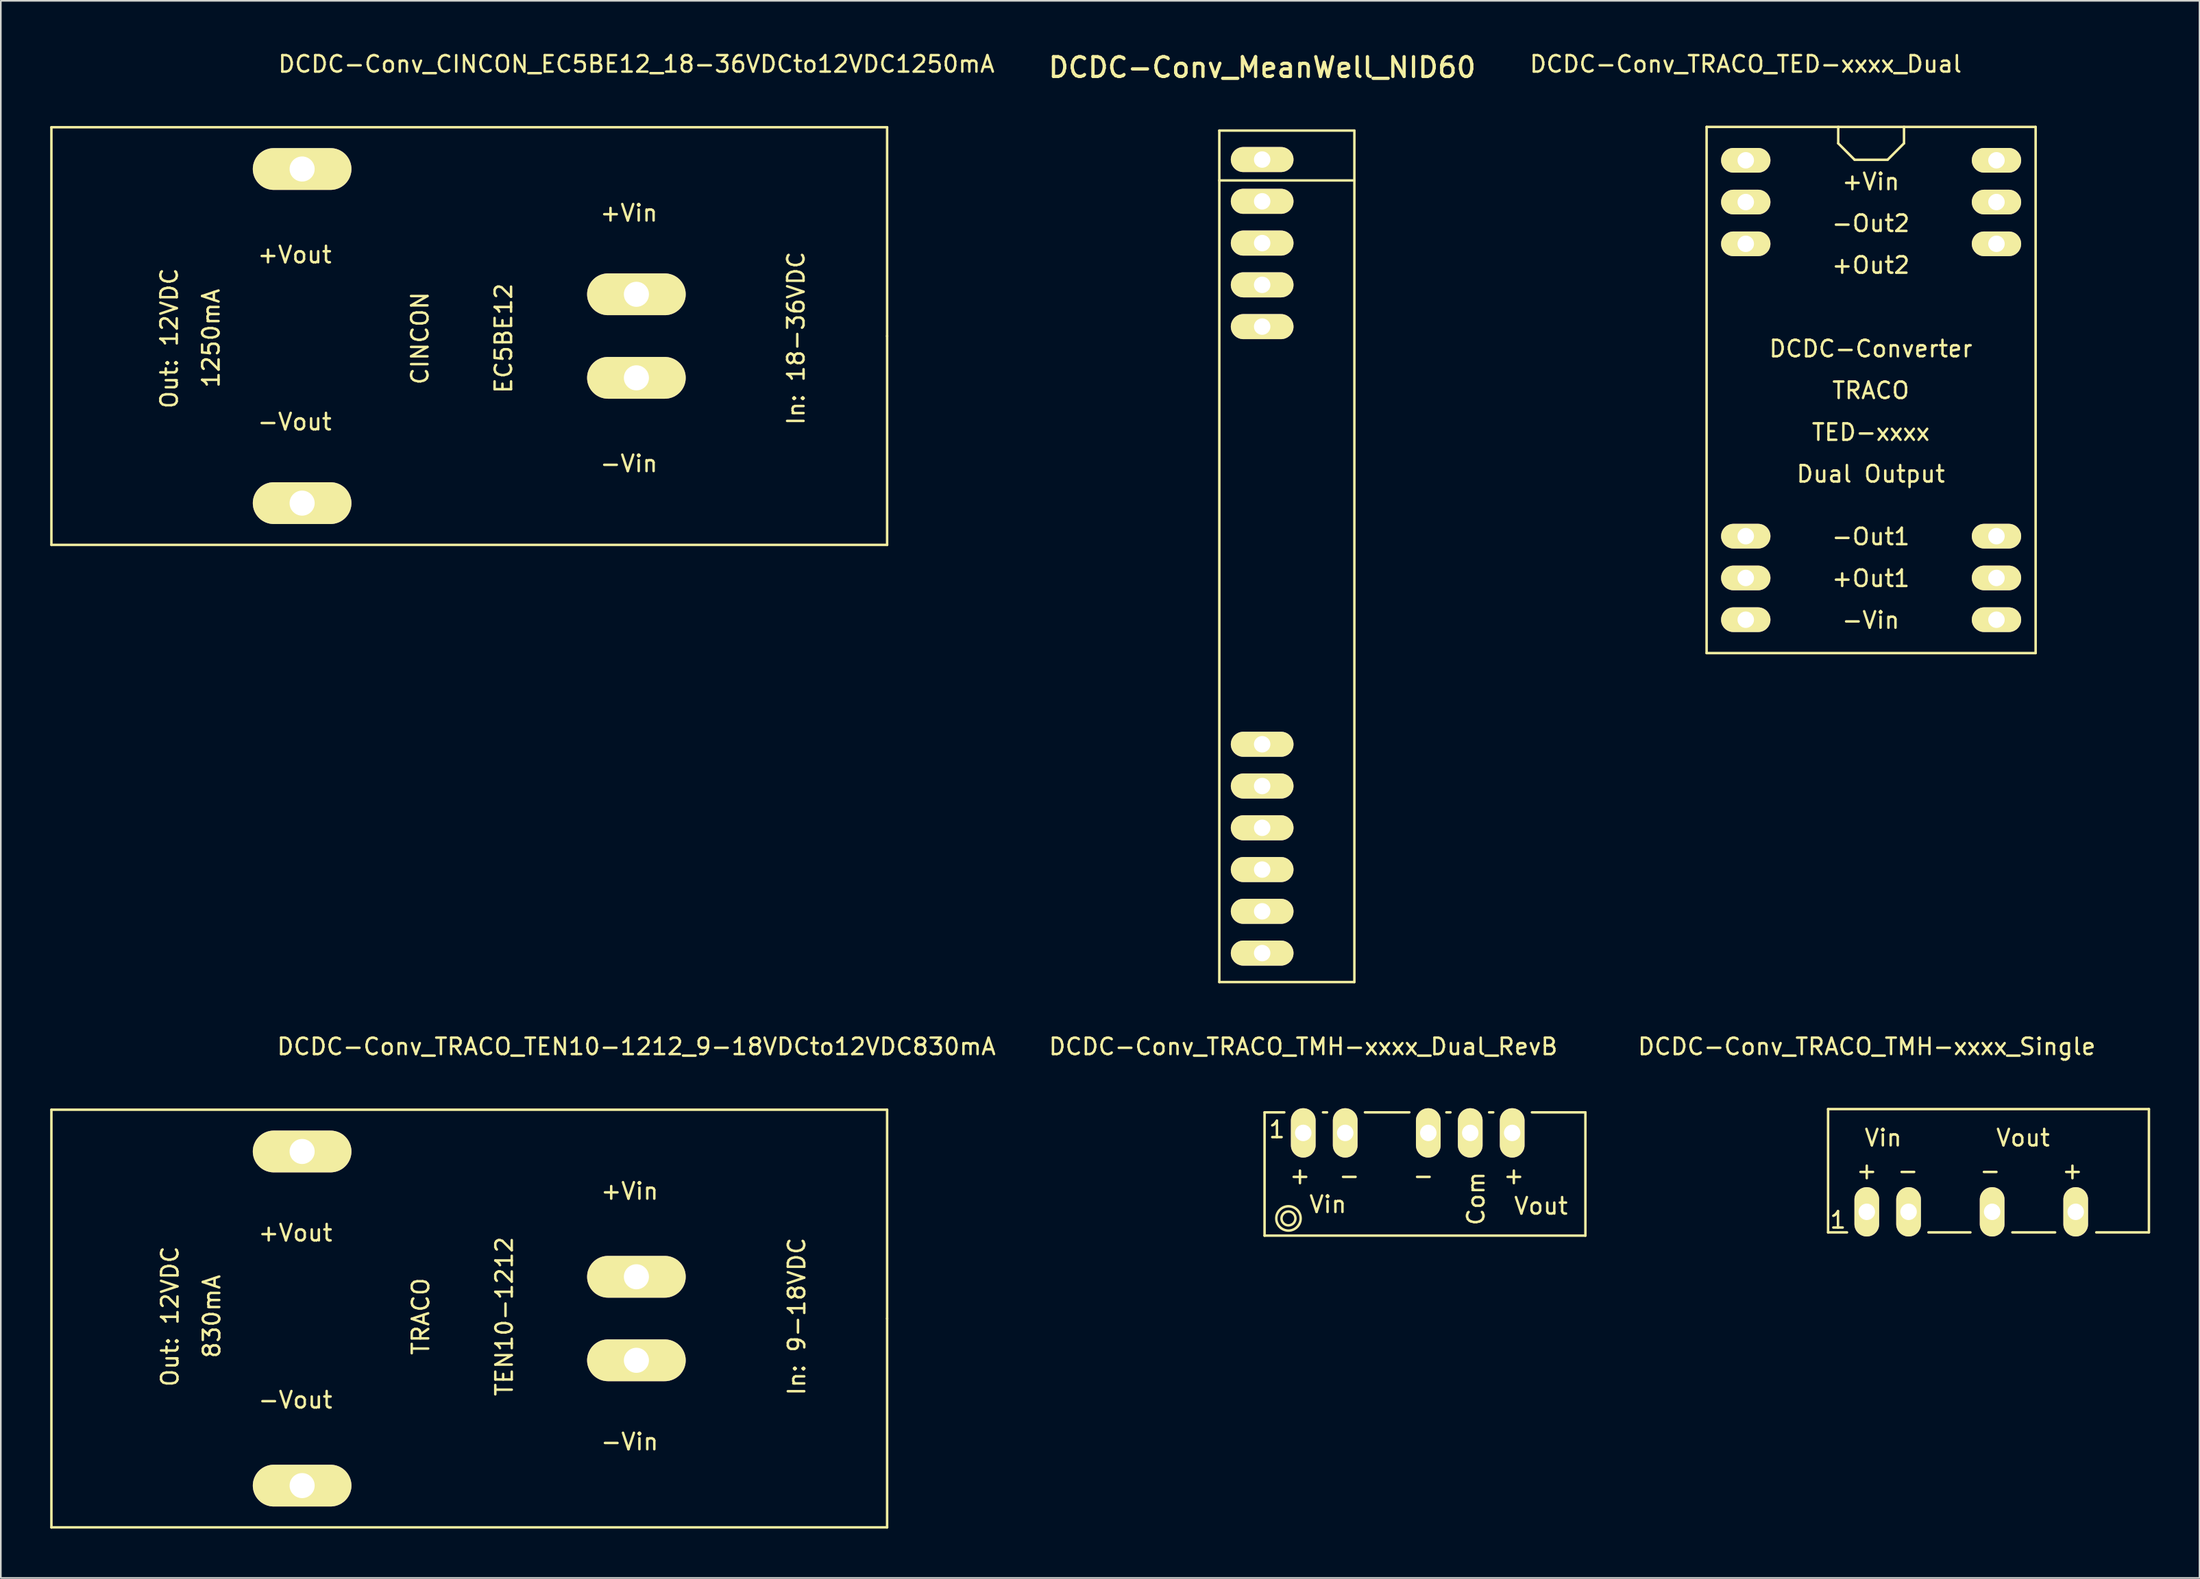
<source format=kicad_pcb>
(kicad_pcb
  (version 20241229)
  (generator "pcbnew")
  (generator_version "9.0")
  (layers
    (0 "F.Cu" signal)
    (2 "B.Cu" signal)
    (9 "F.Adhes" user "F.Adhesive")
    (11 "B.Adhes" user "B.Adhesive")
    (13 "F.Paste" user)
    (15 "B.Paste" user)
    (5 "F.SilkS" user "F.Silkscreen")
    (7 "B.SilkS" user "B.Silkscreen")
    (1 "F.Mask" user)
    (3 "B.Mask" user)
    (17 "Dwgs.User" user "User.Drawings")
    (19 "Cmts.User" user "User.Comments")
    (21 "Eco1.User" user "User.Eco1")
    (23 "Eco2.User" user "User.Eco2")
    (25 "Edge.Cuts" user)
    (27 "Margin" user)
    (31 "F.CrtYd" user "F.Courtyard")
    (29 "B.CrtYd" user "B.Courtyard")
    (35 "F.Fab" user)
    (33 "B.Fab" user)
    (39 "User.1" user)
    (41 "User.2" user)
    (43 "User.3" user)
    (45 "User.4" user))
  (footprint "DCDC-Conv_TRACO_TED-xxxx_Dual"
    (layer "F.Cu")
    (at 103.069 6.698)
    (property "Reference" "DCDC-Conv_TRACO_TED-xxxx_Dual" (at 0 -5.85 0) (layer "F.SilkS") (effects (font (size 1 1) (thickness 0.15))))
    (attr through_hole)
    (fp_line (start -2.38 -2.029) (end -2.38 29.97) (stroke (width 0.15) (type solid)) (layer "F.SilkS"))
    (fp_line (start -2.38 29.97) (end 17.62 29.97) (stroke (width 0.15) (type solid)) (layer "F.SilkS"))
    (fp_line (start 5.621 -2.029) (end 5.621 -1.031) (stroke (width 0.15) (type solid)) (layer "F.SilkS"))
    (fp_line (start 5.621 -1.031) (end 6.619 -0.03) (stroke (width 0.15) (type solid)) (layer "F.SilkS"))
    (fp_line (start 6.619 -0.03) (end 8.621 -0.03) (stroke (width 0.15) (type solid)) (layer "F.SilkS"))
    (fp_line (start 8.621 -0.03) (end 9.619 -1.031) (stroke (width 0.15) (type solid)) (layer "F.SilkS"))
    (fp_line (start 9.619 -1.031) (end 9.619 -2.029) (stroke (width 0.15) (type solid)) (layer "F.SilkS"))
    (fp_line (start 17.62 -2.029) (end -2.38 -2.029) (stroke (width 0.15) (type solid)) (layer "F.SilkS"))
    (fp_line (start 17.62 29.97) (end 17.62 -2.029) (stroke (width 0.15) (type solid)) (layer "F.SilkS"))
    (fp_text user "+Out2" (at 7.6 6.38 0) (layer "F.SilkS") (effects (font (size 1 1) (thickness 0.15))))
    (fp_text user "-Out2" (at 7.6 3.84 0) (layer "F.SilkS") (effects (font (size 1 1) (thickness 0.15))))
    (fp_text user "+Vin" (at 7.6 1.3 0) (layer "F.SilkS") (effects (font (size 1 1) (thickness 0.15))))
    (fp_text user "Dual Output" (at 7.6 19.08 0) (layer "F.SilkS") (effects (font (size 1 1) (thickness 0.15))))
    (fp_text user "-Vin" (at 7.6 27.97 0) (layer "F.SilkS") (effects (font (size 1 1) (thickness 0.15))))
    (fp_text user "-Out1" (at 7.6 22.89 0) (layer "F.SilkS") (effects (font (size 1 1) (thickness 0.15))))
    (fp_text user "TED-xxxx" (at 7.6 16.54 0) (layer "F.SilkS") (effects (font (size 1 1) (thickness 0.15))))
    (fp_text user "+Out1" (at 7.6 25.43 0) (layer "F.SilkS") (effects (font (size 1 1) (thickness 0.15))))
    (fp_text user "TRACO" (at 7.6 14 0) (layer "F.SilkS") (effects (font (size 1 1) (thickness 0.15))))
    (fp_text user "DCDC-Converter" (at 7.6 11.46 0) (layer "F.SilkS") (effects (font (size 1 1) (thickness 0.15))))
    (pad "1" thru_hole oval (at 0 0) (size 3 1.501) (drill 1.001) (layers "*.Cu" "*.Mask" "F.SilkS"))
    (pad "2" thru_hole oval (at 0 2.54) (size 3 1.501) (drill 1.001) (layers "*.Cu" "*.Mask" "F.SilkS"))
    (pad "3" thru_hole oval (at 0 5.08) (size 3 1.501) (drill 1.001) (layers "*.Cu" "*.Mask" "F.SilkS"))
    (pad "10" thru_hole oval (at 0 22.86) (size 3 1.501) (drill 1.001) (layers "*.Cu" "*.Mask" "F.SilkS"))
    (pad "11" thru_hole oval (at 0 25.4) (size 3 1.501) (drill 1.001) (layers "*.Cu" "*.Mask" "F.SilkS"))
    (pad "12" thru_hole oval (at 0 27.94) (size 3 1.501) (drill 1.001) (layers "*.Cu" "*.Mask" "F.SilkS"))
    (pad "13" thru_hole oval (at 15.24 27.94) (size 3 1.501) (drill 1.001) (layers "*.Cu" "*.Mask" "F.SilkS"))
    (pad "14" thru_hole oval (at 15.24 25.4) (size 3 1.501) (drill 1.001) (layers "*.Cu" "*.Mask" "F.SilkS"))
    (pad "15" thru_hole oval (at 15.24 22.86) (size 3 1.501) (drill 1.001) (layers "*.Cu" "*.Mask" "F.SilkS"))
    (pad "22" thru_hole oval (at 15.24 5.08) (size 3 1.501) (drill 1.001) (layers "*.Cu" "*.Mask" "F.SilkS"))
    (pad "23" thru_hole oval (at 15.24 2.54) (size 3 1.501) (drill 1.001) (layers "*.Cu" "*.Mask" "F.SilkS"))
    (pad "24" thru_hole oval (at 15.24 0) (size 3 1.501) (drill 1.001) (layers "*.Cu" "*.Mask" "F.SilkS")))
  (footprint "DCDC-Conv_MeanWell_NID60"
    (layer "F.Cu")
    (at 73.673 6.653)
    (property "Reference" "DCDC-Conv_MeanWell_NID60" (at 0 -5.6 0) (layer "F.SilkS") (effects (font (size 1.2 1.2) (thickness 0.2))))
    (attr through_hole)
    (fp_line (start -2.605 -1.762) (end 5.6 -1.762) (stroke (width 0.15) (type solid)) (layer "F.SilkS"))
    (fp_line (start -2.605 1.27) (end 5.6 1.27) (stroke (width 0.15) (type solid)) (layer "F.SilkS"))
    (fp_line (start -2.605 50.022) (end -2.605 -1.762) (stroke (width 0.15) (type solid)) (layer "F.SilkS"))
    (fp_line (start 5.6 50.022) (end -2.605 50.022) (stroke (width 0.15) (type solid)) (layer "F.SilkS"))
    (fp_line (start 5.605 -1.762) (end 5.605 50.022) (stroke (width 0.15) (type solid)) (layer "F.SilkS"))
    (pad "1" thru_hole oval (at 0 0) (size 3.81 1.524) (drill 1) (layers "*.Cu" "*.Mask" "F.SilkS"))
    (pad "2" thru_hole oval (at 0 2.54) (size 3.81 1.524) (drill 1) (layers "*.Cu" "*.Mask" "F.SilkS"))
    (pad "3" thru_hole oval (at 0 5.08) (size 3.81 1.524) (drill 1) (layers "*.Cu" "*.Mask" "F.SilkS"))
    (pad "4" thru_hole oval (at 0 7.62) (size 3.81 1.524) (drill 1) (layers "*.Cu" "*.Mask" "F.SilkS"))
    (pad "5" thru_hole oval (at 0 10.16) (size 3.81 1.524) (drill 1) (layers "*.Cu" "*.Mask" "F.SilkS"))
    (pad "6" thru_hole oval (at 0 35.56) (size 3.81 1.524) (drill 1) (layers "*.Cu" "*.Mask" "F.SilkS"))
    (pad "7" thru_hole oval (at 0 38.1) (size 3.81 1.524) (drill 1) (layers "*.Cu" "*.Mask" "F.SilkS"))
    (pad "8" thru_hole oval (at 0 40.64) (size 3.81 1.524) (drill 1) (layers "*.Cu" "*.Mask" "F.SilkS"))
    (pad "9" thru_hole oval (at 0 43.18) (size 3.81 1.524) (drill 1) (layers "*.Cu" "*.Mask" "F.SilkS"))
    (pad "10" thru_hole oval (at 0 45.72) (size 3.81 1.524) (drill 1) (layers "*.Cu" "*.Mask" "F.SilkS"))
    (pad "11" thru_hole oval (at 0 48.26) (size 3.81 1.524) (drill 1) (layers "*.Cu" "*.Mask" "F.SilkS")))
  (footprint "DCDC-Conv_TRACO_TEN10-1212_9-18VDCto12VDC830mA"
    (layer "F.Cu")
    (at 35.635 74.598)
    (property "Reference" "DCDC-Conv_TRACO_TEN10-1212_9-18VDCto12VDC830mA" (at 0 -14 0) (layer "F.SilkS") (effects (font (size 1 1) (thickness 0.15))))
    (attr through_hole)
    (fp_line (start -35.56 -10.16) (end -35.56 15.24) (stroke (width 0.15) (type solid)) (layer "F.SilkS"))
    (fp_line (start -35.56 15.24) (end 15.24 15.24) (stroke (width 0.15) (type solid)) (layer "F.SilkS"))
    (fp_line (start 15.24 -10.16) (end -35.56 -10.16) (stroke (width 0.15) (type solid)) (layer "F.SilkS"))
    (fp_line (start 15.24 2.54) (end 15.24 -10.16) (stroke (width 0.15) (type solid)) (layer "F.SilkS"))
    (fp_line (start 15.24 15.24) (end 15.24 2.54) (stroke (width 0.15) (type solid)) (layer "F.SilkS"))
    (fp_text user "TRACO" (at -13.112 2.412 90) (layer "F.SilkS") (effects (font (size 1 1) (thickness 0.15))))
    (fp_text user "In: 9-18VDC" (at 9.748 2.412 90) (layer "F.SilkS") (effects (font (size 1 1) (thickness 0.15))))
    (fp_text user "-Vin" (at -0.412 10.032 180) (layer "F.SilkS") (effects (font (size 1 1) (thickness 0.15))))
    (fp_text user "830mA" (at -25.812 2.412 90) (layer "F.SilkS") (effects (font (size 1 1) (thickness 0.15))))
    (fp_text user "Out: 12VDC" (at -28.352 2.412 90) (layer "F.SilkS") (effects (font (size 1 1) (thickness 0.15))))
    (fp_text user "+Vin" (at -0.412 -5.208 180) (layer "F.SilkS") (effects (font (size 1 1) (thickness 0.15))))
    (fp_text user "-Vout" (at -20.732 7.492 180) (layer "F.SilkS") (effects (font (size 1 1) (thickness 0.15))))
    (fp_text user "TEN10-1212" (at -8.032 2.412 90) (layer "F.SilkS") (effects (font (size 1 1) (thickness 0.15))))
    (fp_text user "+Vout" (at -20.732 -2.668 180) (layer "F.SilkS") (effects (font (size 1 1) (thickness 0.15))))
    (pad "1" thru_hole oval (at 0 0) (size 5.994 2.54) (drill 1.524) (layers "*.Cu" "*.Mask" "F.SilkS"))
    (pad "2" thru_hole oval (at 0 5.08) (size 5.994 2.54) (drill 1.524) (layers "*.Cu" "*.Mask" "F.SilkS"))
    (pad "3" thru_hole oval (at -20.32 -7.62) (size 5.994 2.54) (drill 1.524) (layers "*.Cu" "*.Mask" "F.SilkS"))
    (pad "5" thru_hole oval (at -20.32 12.7) (size 5.994 2.54) (drill 1.524) (layers "*.Cu" "*.Mask" "F.SilkS")))
  (footprint "DCDC-Conv_TRACO_TMH-xxxx_Single"
    (layer "F.Cu")
    (at 110.426 70.648)
    (property "Reference" "DCDC-Conv_TRACO_TMH-xxxx_Single" (at 0 -10.05 0) (layer "F.SilkS") (effects (font (size 1 1) (thickness 0.15))))
    (attr through_hole)
    (fp_line (start -2.352 -6.248) (end -2.352 1.25) (stroke (width 0.15) (type solid)) (layer "F.SilkS"))
    (fp_line (start -1.201 1.25) (end -2.352 1.25) (stroke (width 0.15) (type solid)) (layer "F.SilkS"))
    (fp_line (start 6.299 1.25) (end 3.749 1.25) (stroke (width 0.15) (type solid)) (layer "F.SilkS"))
    (fp_line (start 11.448 1.25) (end 8.849 1.25) (stroke (width 0.15) (type solid)) (layer "F.SilkS"))
    (fp_line (start 17.15 -6.248) (end -2.352 -6.248) (stroke (width 0.15) (type solid)) (layer "F.SilkS"))
    (fp_line (start 17.15 1.25) (end 13.95 1.25) (stroke (width 0.15) (type solid)) (layer "F.SilkS"))
    (fp_line (start 17.15 1.25) (end 17.15 -6.248) (stroke (width 0.15) (type solid)) (layer "F.SilkS"))
    (fp_text user "-" (at 2.499 -2.5 0) (layer "F.SilkS") (effects (font (size 1 1) (thickness 0.15))))
    (fp_text user "-" (at 7.5 -2.5 0) (layer "F.SilkS") (effects (font (size 1 1) (thickness 0.15))))
    (fp_text user "+" (at -0.001 -2.5 0) (layer "F.SilkS") (effects (font (size 1 1) (thickness 0.15))))
    (fp_text user "Vout" (at 9.499 -4.499 0) (layer "F.SilkS") (effects (font (size 1 1) (thickness 0.15))))
    (fp_text user "+" (at 12.501 -2.5 0) (layer "F.SilkS") (effects (font (size 1 1) (thickness 0.15))))
    (fp_text user "1" (at -1.75 0.5 0) (layer "F.SilkS") (effects (font (size 1 1) (thickness 0.15))))
    (fp_text user "Vin" (at 1 -4.499 0) (layer "F.SilkS") (effects (font (size 1 1) (thickness 0.15))))
    (pad "1" thru_hole oval (at 0 0) (size 1.501 3) (drill 1.001) (layers "*.Cu" "*.Mask" "F.SilkS"))
    (pad "2" thru_hole oval (at 2.54 0) (size 1.501 3) (drill 1.001) (layers "*.Cu" "*.Mask" "F.SilkS"))
    (pad "4" thru_hole oval (at 7.62 0) (size 1.501 3) (drill 1.001) (layers "*.Cu" "*.Mask" "F.SilkS"))
    (pad "6" thru_hole oval (at 12.7 0) (size 1.501 3) (drill 1.001) (layers "*.Cu" "*.Mask" "F.SilkS")))
  (footprint "DCDC-Conv_CINCON_EC5BE12_18-36VDCto12VDC1250mA"
    (layer "F.Cu")
    (at 35.635 14.848)
    (property "Reference" "DCDC-Conv_CINCON_EC5BE12_18-36VDCto12VDC1250mA" (at 0 -14 0) (layer "F.SilkS") (effects (font (size 1 1) (thickness 0.15))))
    (attr through_hole)
    (fp_line (start -35.56 -10.16) (end -35.56 15.24) (stroke (width 0.15) (type solid)) (layer "F.SilkS"))
    (fp_line (start -35.56 15.24) (end 15.24 15.24) (stroke (width 0.15) (type solid)) (layer "F.SilkS"))
    (fp_line (start 15.24 -10.16) (end -35.56 -10.16) (stroke (width 0.15) (type solid)) (layer "F.SilkS"))
    (fp_line (start 15.24 2.54) (end 15.24 -10.16) (stroke (width 0.15) (type solid)) (layer "F.SilkS"))
    (fp_line (start 15.24 15.24) (end 15.24 2.54) (stroke (width 0.15) (type solid)) (layer "F.SilkS"))
    (fp_text user "Out: 12VDC" (at -28.395 2.675 90) (layer "F.SilkS") (effects (font (size 1 1) (thickness 0.15))))
    (fp_text user "-Vin" (at -0.455 10.295 180) (layer "F.SilkS") (effects (font (size 1 1) (thickness 0.15))))
    (fp_text user "-Vout" (at -20.775 7.755 180) (layer "F.SilkS") (effects (font (size 1 1) (thickness 0.15))))
    (fp_text user "1250mA" (at -25.855 2.675 90) (layer "F.SilkS") (effects (font (size 1 1) (thickness 0.15))))
    (fp_text user "+Vin" (at -0.455 -4.945 180) (layer "F.SilkS") (effects (font (size 1 1) (thickness 0.15))))
    (fp_text user "In: 18-36VDC" (at 9.705 2.675 90) (layer "F.SilkS") (effects (font (size 1 1) (thickness 0.15))))
    (fp_text user "CINCON" (at -13.155 2.675 90) (layer "F.SilkS") (effects (font (size 1 1) (thickness 0.15))))
    (fp_text user "+Vout" (at -20.775 -2.405 180) (layer "F.SilkS") (effects (font (size 1 1) (thickness 0.15))))
    (fp_text user "EC5BE12" (at -8.075 2.675 90) (layer "F.SilkS") (effects (font (size 1 1) (thickness 0.15))))
    (pad "1" thru_hole oval (at 0 0) (size 5.994 2.54) (drill 1.524) (layers "*.Cu" "*.Mask" "F.SilkS"))
    (pad "2" thru_hole oval (at 0 5.08) (size 5.994 2.54) (drill 1.524) (layers "*.Cu" "*.Mask" "F.SilkS"))
    (pad "3" thru_hole oval (at -20.32 -7.62) (size 5.994 2.54) (drill 1.524) (layers "*.Cu" "*.Mask" "F.SilkS"))
    (pad "5" thru_hole oval (at -20.32 12.7) (size 5.994 2.54) (drill 1.524) (layers "*.Cu" "*.Mask" "F.SilkS")))
  (footprint "DCDC-Conv_TRACO_TMH-xxxx_Dual_RevB"
    (layer "F.Cu")
    (at 76.171 65.848)
    (property "Reference" "DCDC-Conv_TRACO_TMH-xxxx_Dual_RevB" (at 0 -5.25 0) (layer "F.SilkS") (effects (font (size 1 1) (thickness 0.15))))
    (attr through_hole)
    (fp_line (start -2.352 -1.25) (end -2.352 6.248) (stroke (width 0.15) (type solid)) (layer "F.SilkS"))
    (fp_line (start -2.352 6.248) (end 17.15 6.248) (stroke (width 0.15) (type solid)) (layer "F.SilkS"))
    (fp_line (start -1.151 -1.25) (end -2.352 -1.25) (stroke (width 0.15) (type solid)) (layer "F.SilkS"))
    (fp_line (start 1.448 -1.25) (end 1.199 -1.25) (stroke (width 0.15) (type solid)) (layer "F.SilkS"))
    (fp_line (start 6.449 -1.25) (end 3.749 -1.25) (stroke (width 0.15) (type solid)) (layer "F.SilkS"))
    (fp_line (start 8.948 -1.25) (end 8.7 -1.25) (stroke (width 0.15) (type solid)) (layer "F.SilkS"))
    (fp_line (start 11.549 -1.25) (end 11.298 -1.25) (stroke (width 0.15) (type solid)) (layer "F.SilkS"))
    (fp_line (start 17.15 -1.25) (end 13.899 -1.25) (stroke (width 0.15) (type solid)) (layer "F.SilkS"))
    (fp_line (start 17.15 6.248) (end 17.15 -1.25) (stroke (width 0.15) (type solid)) (layer "F.SilkS"))
    (fp_circle (center -0.899 5.201) (end -0.6 5.501) (stroke (width 0.15) (type solid)) (fill no) (layer "F.SilkS"))
    (fp_circle (center -0.899 5.201) (end -0.351 5.699) (stroke (width 0.15) (type solid)) (fill no) (layer "F.SilkS"))
    (fp_text user "1" (at -1.6 -0.2 0) (layer "F.SilkS") (effects (font (size 1 1) (thickness 0.15))))
    (fp_text user "-" (at 2.799 2.6 0) (layer "F.SilkS") (effects (font (size 1 1) (thickness 0.15))))
    (fp_text user "+" (at -0.201 2.6 0) (layer "F.SilkS") (effects (font (size 1 1) (thickness 0.15))))
    (fp_text user "Vin" (at 1.501 4.35 0) (layer "F.SilkS") (effects (font (size 1 1) (thickness 0.15))))
    (fp_text user "Com" (at 10.5 4 90) (layer "F.SilkS") (effects (font (size 1 1) (thickness 0.15))))
    (fp_text user "Vout" (at 14.45 4.449 0) (layer "F.SilkS") (effects (font (size 1 1) (thickness 0.15))))
    (fp_text user "+" (at 12.801 2.6 0) (layer "F.SilkS") (effects (font (size 1 1) (thickness 0.15))))
    (fp_text user "-" (at 7.3 2.6 0) (layer "F.SilkS") (effects (font (size 1 1) (thickness 0.15))))
    (pad "1" thru_hole oval (at 0 0) (size 1.501 3) (drill 1.001) (layers "*.Cu" "*.Mask" "F.SilkS"))
    (pad "2" thru_hole oval (at 2.55 0) (size 1.501 3) (drill 1.001) (layers "*.Cu" "*.Mask" "F.SilkS"))
    (pad "4" thru_hole oval (at 7.6 0) (size 1.501 3) (drill 1.001) (layers "*.Cu" "*.Mask" "F.SilkS"))
    (pad "5" thru_hole oval (at 10.15 0) (size 1.501 3) (drill 1.001) (layers "*.Cu" "*.Mask" "F.SilkS"))
    (pad "6" thru_hole oval (at 12.7 0) (size 1.501 3) (drill 1.001) (layers "*.Cu" "*.Mask" "F.SilkS")))
  (gr_rect
    (start -3 -3)
    (end 130.651 92.913)
    (stroke (width 0.1) (type default))
    (fill no)
    (layer "Edge.Cuts")))
</source>
